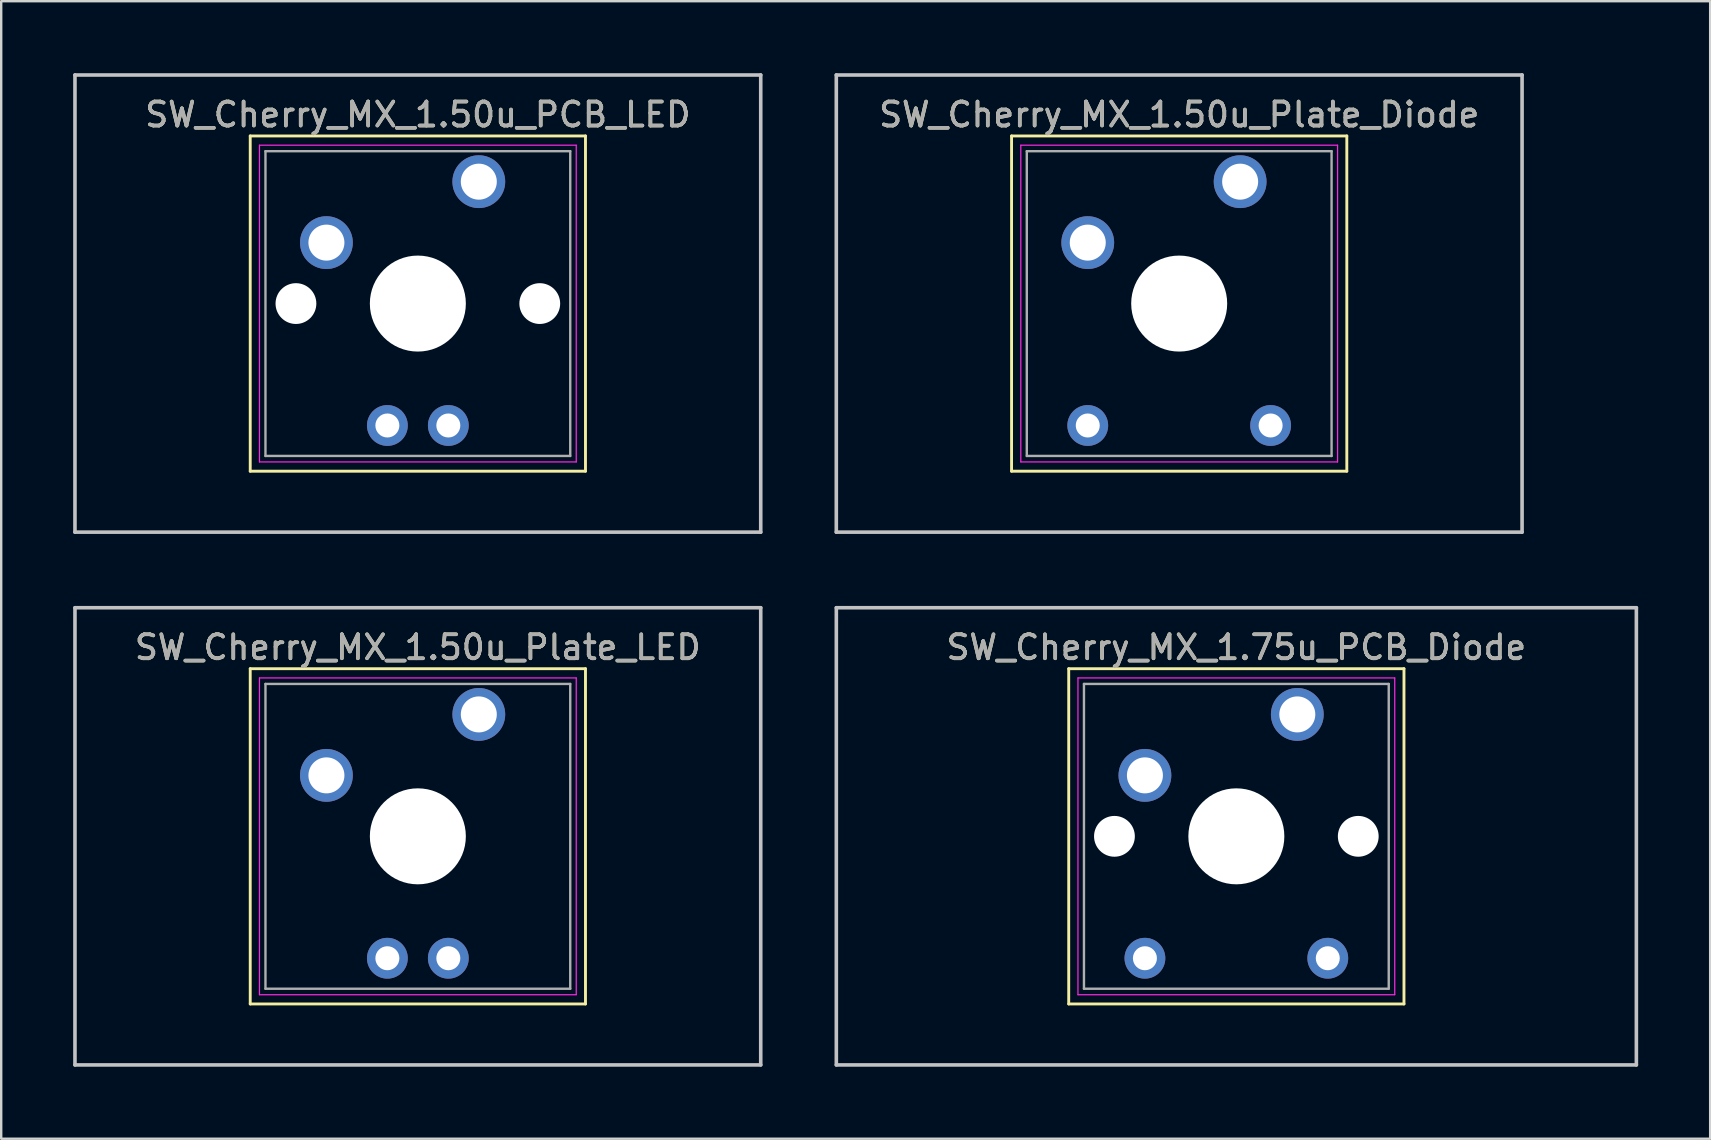
<source format=kicad_pcb>
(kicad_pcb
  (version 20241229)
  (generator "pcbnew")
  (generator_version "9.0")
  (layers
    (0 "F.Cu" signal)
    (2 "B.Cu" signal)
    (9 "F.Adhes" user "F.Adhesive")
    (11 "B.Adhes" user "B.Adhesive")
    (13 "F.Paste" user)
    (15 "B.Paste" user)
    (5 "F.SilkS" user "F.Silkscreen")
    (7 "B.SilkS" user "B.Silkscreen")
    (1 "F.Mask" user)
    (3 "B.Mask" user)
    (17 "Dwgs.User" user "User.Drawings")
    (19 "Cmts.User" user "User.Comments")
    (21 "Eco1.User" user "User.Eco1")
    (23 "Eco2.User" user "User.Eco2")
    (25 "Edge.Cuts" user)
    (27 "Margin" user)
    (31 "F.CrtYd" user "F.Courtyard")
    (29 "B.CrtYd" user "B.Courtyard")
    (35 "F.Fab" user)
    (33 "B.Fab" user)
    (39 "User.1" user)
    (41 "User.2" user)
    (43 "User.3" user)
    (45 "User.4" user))
  (footprint "SW_Cherry_MX_1.75u_PCB_Diode"
    (layer "F.Cu")
    (at 51.009 26.72)
    (property "Reference" "SW_Cherry_MX_1.75u_PCB_Diode" (at -2.54 -2.794 0) (layer "F.SilkS") (effects (font (size 1 1) (thickness 0.15))))
    (attr through_hole)
    (fp_line (start -9.525 -1.905) (end 4.445 -1.905) (stroke (width 0.12) (type solid)) (layer "F.SilkS"))
    (fp_line (start -9.525 12.065) (end -9.525 -1.905) (stroke (width 0.12) (type solid)) (layer "F.SilkS"))
    (fp_line (start 4.445 -1.905) (end 4.445 12.065) (stroke (width 0.12) (type solid)) (layer "F.SilkS"))
    (fp_line (start 4.445 12.065) (end -9.525 12.065) (stroke (width 0.12) (type solid)) (layer "F.SilkS"))
    (fp_line (start -19.209 -4.445) (end 14.129 -4.445) (stroke (width 0.15) (type solid)) (layer "Dwgs.User"))
    (fp_line (start -19.209 14.605) (end -19.209 -4.445) (stroke (width 0.15) (type solid)) (layer "Dwgs.User"))
    (fp_line (start 14.129 -4.445) (end 14.129 14.605) (stroke (width 0.15) (type solid)) (layer "Dwgs.User"))
    (fp_line (start 14.129 14.605) (end -19.209 14.605) (stroke (width 0.15) (type solid)) (layer "Dwgs.User"))
    (fp_line (start -9.14 -1.52) (end 4.06 -1.52) (stroke (width 0.05) (type solid)) (layer "F.CrtYd"))
    (fp_line (start -9.14 11.68) (end -9.14 -1.52) (stroke (width 0.05) (type solid)) (layer "F.CrtYd"))
    (fp_line (start 4.06 -1.52) (end 4.06 11.68) (stroke (width 0.05) (type solid)) (layer "F.CrtYd"))
    (fp_line (start 4.06 11.68) (end -9.14 11.68) (stroke (width 0.05) (type solid)) (layer "F.CrtYd"))
    (fp_line (start -8.89 -1.27) (end 3.81 -1.27) (stroke (width 0.1) (type solid)) (layer "F.Fab"))
    (fp_line (start -8.89 11.43) (end -8.89 -1.27) (stroke (width 0.1) (type solid)) (layer "F.Fab"))
    (fp_line (start 3.81 -1.27) (end 3.81 11.43) (stroke (width 0.1) (type solid)) (layer "F.Fab"))
    (fp_line (start 3.81 11.43) (end -8.89 11.43) (stroke (width 0.1) (type solid)) (layer "F.Fab"))
    (fp_text user "${REFERENCE}" (at -2.54 -2.794 0) (layer "F.Fab") (effects (font (size 1 1) (thickness 0.15))))
    (pad "" np_thru_hole circle (at -7.62 5.08) (size 1.7 1.7) (drill 1.7) (layers "*.Cu" "*.Mask"))
    (pad "" np_thru_hole circle (at -2.54 5.08) (size 4 4) (drill 4) (layers "*.Cu" "*.Mask"))
    (pad "" np_thru_hole circle (at 2.54 5.08) (size 1.7 1.7) (drill 1.7) (layers "*.Cu" "*.Mask"))
    (pad "1" thru_hole circle (at 0 0) (size 2.2 2.2) (drill 1.5) (layers "*.Cu" "*.Mask"))
    (pad "2" thru_hole circle (at -6.35 2.54) (size 2.2 2.2) (drill 1.5) (layers "*.Cu" "*.Mask"))
    (pad "3" thru_hole circle (at 1.27 10.16) (size 1.7 1.7) (drill 1) (layers "*.Cu" "*.Mask"))
    (pad "4" thru_hole circle (at -6.35 10.16) (size 1.7 1.7) (drill 1) (layers "*.Cu" "*.Mask")))
  (footprint "SW_Cherry_MX_1.50u_Plate_Diode"
    (layer "F.Cu")
    (at 48.627 4.52)
    (property "Reference" "SW_Cherry_MX_1.50u_Plate_Diode" (at -2.54 -2.794 0) (layer "F.SilkS") (effects (font (size 1 1) (thickness 0.15))))
    (attr through_hole)
    (fp_line (start -9.525 -1.905) (end 4.445 -1.905) (stroke (width 0.12) (type solid)) (layer "F.SilkS"))
    (fp_line (start -9.525 12.065) (end -9.525 -1.905) (stroke (width 0.12) (type solid)) (layer "F.SilkS"))
    (fp_line (start 4.445 -1.905) (end 4.445 12.065) (stroke (width 0.12) (type solid)) (layer "F.SilkS"))
    (fp_line (start 4.445 12.065) (end -9.525 12.065) (stroke (width 0.12) (type solid)) (layer "F.SilkS"))
    (fp_line (start -16.828 -4.445) (end 11.748 -4.445) (stroke (width 0.15) (type solid)) (layer "Dwgs.User"))
    (fp_line (start -16.828 14.605) (end -16.828 -4.445) (stroke (width 0.15) (type solid)) (layer "Dwgs.User"))
    (fp_line (start 11.748 -4.445) (end 11.748 14.605) (stroke (width 0.15) (type solid)) (layer "Dwgs.User"))
    (fp_line (start 11.748 14.605) (end -16.828 14.605) (stroke (width 0.15) (type solid)) (layer "Dwgs.User"))
    (fp_line (start -9.14 -1.52) (end 4.06 -1.52) (stroke (width 0.05) (type solid)) (layer "F.CrtYd"))
    (fp_line (start -9.14 11.68) (end -9.14 -1.52) (stroke (width 0.05) (type solid)) (layer "F.CrtYd"))
    (fp_line (start 4.06 -1.52) (end 4.06 11.68) (stroke (width 0.05) (type solid)) (layer "F.CrtYd"))
    (fp_line (start 4.06 11.68) (end -9.14 11.68) (stroke (width 0.05) (type solid)) (layer "F.CrtYd"))
    (fp_line (start -8.89 -1.27) (end 3.81 -1.27) (stroke (width 0.1) (type solid)) (layer "F.Fab"))
    (fp_line (start -8.89 11.43) (end -8.89 -1.27) (stroke (width 0.1) (type solid)) (layer "F.Fab"))
    (fp_line (start 3.81 -1.27) (end 3.81 11.43) (stroke (width 0.1) (type solid)) (layer "F.Fab"))
    (fp_line (start 3.81 11.43) (end -8.89 11.43) (stroke (width 0.1) (type solid)) (layer "F.Fab"))
    (fp_text user "${REFERENCE}" (at -2.54 -2.794 0) (layer "F.Fab") (effects (font (size 1 1) (thickness 0.15))))
    (pad "" np_thru_hole circle (at -2.54 5.08) (size 4 4) (drill 4) (layers "*.Cu" "*.Mask"))
    (pad "1" thru_hole circle (at 0 0) (size 2.2 2.2) (drill 1.5) (layers "*.Cu" "*.Mask"))
    (pad "2" thru_hole circle (at -6.35 2.54) (size 2.2 2.2) (drill 1.5) (layers "*.Cu" "*.Mask"))
    (pad "3" thru_hole circle (at 1.27 10.16) (size 1.7 1.7) (drill 1) (layers "*.Cu" "*.Mask"))
    (pad "4" thru_hole circle (at -6.35 10.16) (size 1.7 1.7) (drill 1) (layers "*.Cu" "*.Mask")))
  (footprint "SW_Cherry_MX_1.50u_Plate_LED"
    (layer "F.Cu")
    (at 16.902 26.72)
    (property "Reference" "SW_Cherry_MX_1.50u_Plate_LED" (at -2.54 -2.794 0) (layer "F.SilkS") (effects (font (size 1 1) (thickness 0.15))))
    (attr through_hole)
    (fp_line (start -9.525 -1.905) (end 4.445 -1.905) (stroke (width 0.12) (type solid)) (layer "F.SilkS"))
    (fp_line (start -9.525 12.065) (end -9.525 -1.905) (stroke (width 0.12) (type solid)) (layer "F.SilkS"))
    (fp_line (start 4.445 -1.905) (end 4.445 12.065) (stroke (width 0.12) (type solid)) (layer "F.SilkS"))
    (fp_line (start 4.445 12.065) (end -9.525 12.065) (stroke (width 0.12) (type solid)) (layer "F.SilkS"))
    (fp_line (start -16.828 -4.445) (end 11.748 -4.445) (stroke (width 0.15) (type solid)) (layer "Dwgs.User"))
    (fp_line (start -16.828 14.605) (end -16.828 -4.445) (stroke (width 0.15) (type solid)) (layer "Dwgs.User"))
    (fp_line (start 11.748 -4.445) (end 11.748 14.605) (stroke (width 0.15) (type solid)) (layer "Dwgs.User"))
    (fp_line (start 11.748 14.605) (end -16.828 14.605) (stroke (width 0.15) (type solid)) (layer "Dwgs.User"))
    (fp_line (start -9.14 -1.52) (end 4.06 -1.52) (stroke (width 0.05) (type solid)) (layer "F.CrtYd"))
    (fp_line (start -9.14 11.68) (end -9.14 -1.52) (stroke (width 0.05) (type solid)) (layer "F.CrtYd"))
    (fp_line (start 4.06 -1.52) (end 4.06 11.68) (stroke (width 0.05) (type solid)) (layer "F.CrtYd"))
    (fp_line (start 4.06 11.68) (end -9.14 11.68) (stroke (width 0.05) (type solid)) (layer "F.CrtYd"))
    (fp_line (start -8.89 -1.27) (end 3.81 -1.27) (stroke (width 0.1) (type solid)) (layer "F.Fab"))
    (fp_line (start -8.89 11.43) (end -8.89 -1.27) (stroke (width 0.1) (type solid)) (layer "F.Fab"))
    (fp_line (start 3.81 -1.27) (end 3.81 11.43) (stroke (width 0.1) (type solid)) (layer "F.Fab"))
    (fp_line (start 3.81 11.43) (end -8.89 11.43) (stroke (width 0.1) (type solid)) (layer "F.Fab"))
    (fp_text user "${REFERENCE}" (at -2.54 -2.794 0) (layer "F.Fab") (effects (font (size 1 1) (thickness 0.15))))
    (pad "" np_thru_hole circle (at -2.54 5.08) (size 4 4) (drill 4) (layers "*.Cu" "*.Mask"))
    (pad "1" thru_hole circle (at 0 0) (size 2.2 2.2) (drill 1.5) (layers "*.Cu" "*.Mask"))
    (pad "2" thru_hole circle (at -6.35 2.54) (size 2.2 2.2) (drill 1.5) (layers "*.Cu" "*.Mask"))
    (pad "3" thru_hole circle (at -1.27 10.16) (size 1.7 1.7) (drill 1) (layers "*.Cu" "*.Mask"))
    (pad "4" thru_hole circle (at -3.81 10.16) (size 1.7 1.7) (drill 1) (layers "*.Cu" "*.Mask")))
  (footprint "SW_Cherry_MX_1.50u_PCB_LED"
    (layer "F.Cu")
    (at 16.902 4.52)
    (property "Reference" "SW_Cherry_MX_1.50u_PCB_LED" (at -2.54 -2.794 0) (layer "F.SilkS") (effects (font (size 1 1) (thickness 0.15))))
    (attr through_hole)
    (fp_line (start -9.525 -1.905) (end 4.445 -1.905) (stroke (width 0.12) (type solid)) (layer "F.SilkS"))
    (fp_line (start -9.525 12.065) (end -9.525 -1.905) (stroke (width 0.12) (type solid)) (layer "F.SilkS"))
    (fp_line (start 4.445 -1.905) (end 4.445 12.065) (stroke (width 0.12) (type solid)) (layer "F.SilkS"))
    (fp_line (start 4.445 12.065) (end -9.525 12.065) (stroke (width 0.12) (type solid)) (layer "F.SilkS"))
    (fp_line (start -16.828 -4.445) (end 11.748 -4.445) (stroke (width 0.15) (type solid)) (layer "Dwgs.User"))
    (fp_line (start -16.828 14.605) (end -16.828 -4.445) (stroke (width 0.15) (type solid)) (layer "Dwgs.User"))
    (fp_line (start 11.748 -4.445) (end 11.748 14.605) (stroke (width 0.15) (type solid)) (layer "Dwgs.User"))
    (fp_line (start 11.748 14.605) (end -16.828 14.605) (stroke (width 0.15) (type solid)) (layer "Dwgs.User"))
    (fp_line (start -9.14 -1.52) (end 4.06 -1.52) (stroke (width 0.05) (type solid)) (layer "F.CrtYd"))
    (fp_line (start -9.14 11.68) (end -9.14 -1.52) (stroke (width 0.05) (type solid)) (layer "F.CrtYd"))
    (fp_line (start 4.06 -1.52) (end 4.06 11.68) (stroke (width 0.05) (type solid)) (layer "F.CrtYd"))
    (fp_line (start 4.06 11.68) (end -9.14 11.68) (stroke (width 0.05) (type solid)) (layer "F.CrtYd"))
    (fp_line (start -8.89 -1.27) (end 3.81 -1.27) (stroke (width 0.1) (type solid)) (layer "F.Fab"))
    (fp_line (start -8.89 11.43) (end -8.89 -1.27) (stroke (width 0.1) (type solid)) (layer "F.Fab"))
    (fp_line (start 3.81 -1.27) (end 3.81 11.43) (stroke (width 0.1) (type solid)) (layer "F.Fab"))
    (fp_line (start 3.81 11.43) (end -8.89 11.43) (stroke (width 0.1) (type solid)) (layer "F.Fab"))
    (fp_text user "${REFERENCE}" (at -2.54 -2.794 0) (layer "F.Fab") (effects (font (size 1 1) (thickness 0.15))))
    (pad "" np_thru_hole circle (at -7.62 5.08) (size 1.7 1.7) (drill 1.7) (layers "*.Cu" "*.Mask"))
    (pad "" np_thru_hole circle (at -2.54 5.08) (size 4 4) (drill 4) (layers "*.Cu" "*.Mask"))
    (pad "" np_thru_hole circle (at 2.54 5.08) (size 1.7 1.7) (drill 1.7) (layers "*.Cu" "*.Mask"))
    (pad "1" thru_hole circle (at 0 0) (size 2.2 2.2) (drill 1.5) (layers "*.Cu" "*.Mask"))
    (pad "2" thru_hole circle (at -6.35 2.54) (size 2.2 2.2) (drill 1.5) (layers "*.Cu" "*.Mask"))
    (pad "3" thru_hole circle (at -1.27 10.16) (size 1.7 1.7) (drill 1) (layers "*.Cu" "*.Mask"))
    (pad "4" thru_hole circle (at -3.81 10.16) (size 1.7 1.7) (drill 1) (layers "*.Cu" "*.Mask")))
  (gr_rect
    (start -3 -3)
    (end 68.213 44.4)
    (stroke (width 0.1) (type default))
    (fill no)
    (layer "Edge.Cuts")))
</source>
